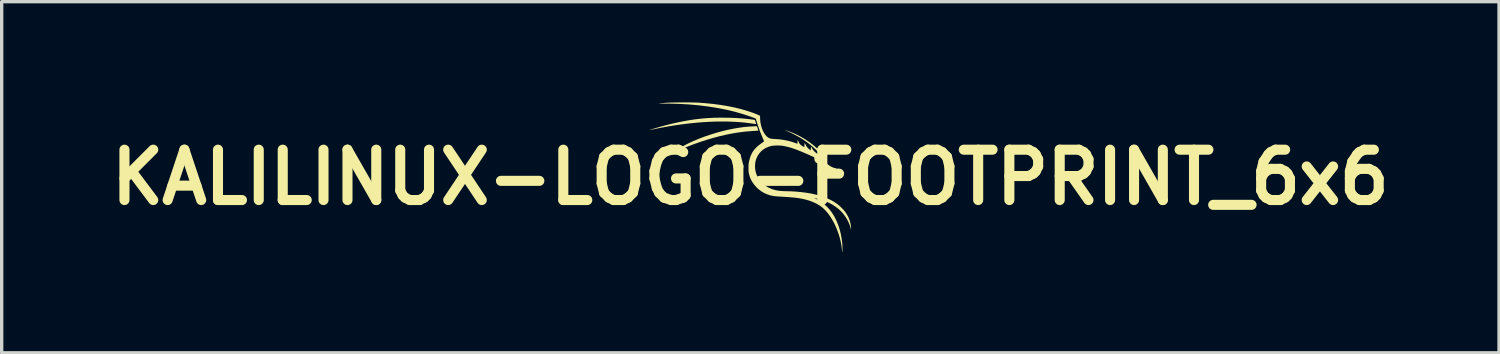
<source format=kicad_pcb>
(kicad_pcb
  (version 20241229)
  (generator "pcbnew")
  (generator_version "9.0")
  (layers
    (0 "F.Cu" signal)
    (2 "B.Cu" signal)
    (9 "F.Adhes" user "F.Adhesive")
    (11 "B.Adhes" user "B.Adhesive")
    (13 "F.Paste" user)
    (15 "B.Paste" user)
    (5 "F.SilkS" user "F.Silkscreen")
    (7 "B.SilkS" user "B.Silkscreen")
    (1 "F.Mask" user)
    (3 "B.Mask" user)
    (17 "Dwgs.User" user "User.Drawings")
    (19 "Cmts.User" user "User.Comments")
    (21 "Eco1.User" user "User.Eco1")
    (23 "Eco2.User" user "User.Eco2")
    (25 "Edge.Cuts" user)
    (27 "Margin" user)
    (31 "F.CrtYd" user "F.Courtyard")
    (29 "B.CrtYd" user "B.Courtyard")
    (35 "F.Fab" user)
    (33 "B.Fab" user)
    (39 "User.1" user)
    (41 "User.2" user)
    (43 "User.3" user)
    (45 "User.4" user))
  (footprint "KALILINUX-LOGO-FOOTPRINT_6x6"
    (layer "F.Cu")
    (at 19.3 2.23)
    (property "Reference" "KALILINUX-LOGO-FOOTPRINT_6x6" (at 0 0 0) (layer "F.SilkS") (effects (font (size 1.5 1.5) (thickness 0.3))))
    (attr board_only exclude_from_pos_files exclude_from_bom)
    (fp_poly (pts (xy 1.041 -1.404) (xy 1.06 -1.399) (xy 1.086 -1.39) (xy 1.117 -1.379) (xy 1.153 -1.366) (xy 1.19 -1.352) (xy 1.228 -1.337) (xy 1.264 -1.323) (xy 1.275 -1.318) (xy 1.39 -1.266) (xy 1.507 -1.205) (xy 1.623 -1.137) (xy 1.735 -1.063) (xy 1.84 -0.986) (xy 1.911 -0.928) (xy 1.94 -0.902) (xy 1.97 -0.875) (xy 1.999 -0.848) (xy 2.027 -0.821) (xy 2.052 -0.797) (xy 2.073 -0.776) (xy 2.088 -0.759) (xy 2.097 -0.749) (xy 2.098 -0.746) (xy 2.093 -0.741) (xy 2.076 -0.739) (xy 2.063 -0.738) (xy 2.029 -0.738) (xy 1.986 -0.786) (xy 1.937 -0.835) (xy 1.88 -0.888) (xy 1.816 -0.943) (xy 1.746 -0.999) (xy 1.672 -1.054) (xy 1.596 -1.106) (xy 1.52 -1.155) (xy 1.492 -1.173) (xy 1.442 -1.201) (xy 1.385 -1.233) (xy 1.324 -1.265) (xy 1.26 -1.298) (xy 1.199 -1.328) (xy 1.141 -1.355) (xy 1.102 -1.372) (xy 1.075 -1.384) (xy 1.053 -1.394) (xy 1.038 -1.402) (xy 1.031 -1.406) (xy 1.032 -1.406)) (stroke (width 0) (type solid)) (fill yes) (layer "F.SilkS"))
    (fp_poly (pts (xy 0.218 -1.455) (xy 0.239 -1.39) (xy 0.197 -1.387) (xy 0.179 -1.386) (xy 0.151 -1.384) (xy 0.117 -1.381) (xy 0.078 -1.379) (xy 0.036 -1.376) (xy 0.019 -1.374) (xy -0.163 -1.359) (xy -0.344 -1.336) (xy -0.526 -1.307) (xy -0.71 -1.271) (xy -0.9 -1.227) (xy -1.096 -1.175) (xy -1.098 -1.175) (xy -1.282 -1.121) (xy -1.466 -1.062) (xy -1.649 -0.998) (xy -1.829 -0.93) (xy -2.004 -0.858) (xy -2.172 -0.785) (xy -2.33 -0.709) (xy -2.337 -0.706) (xy -2.374 -0.688) (xy -2.408 -0.671) (xy -2.437 -0.657) (xy -2.459 -0.647) (xy -2.474 -0.64) (xy -2.479 -0.638) (xy -2.479 -0.638) (xy -2.474 -0.643) (xy -2.461 -0.654) (xy -2.439 -0.669) (xy -2.412 -0.688) (xy -2.38 -0.71) (xy -2.343 -0.733) (xy -2.305 -0.758) (xy -2.265 -0.783) (xy -2.225 -0.807) (xy -2.186 -0.83) (xy -2.163 -0.844) (xy -2.121 -0.867) (xy -2.072 -0.893) (xy -2.017 -0.922) (xy -1.959 -0.952) (xy -1.901 -0.982) (xy -1.843 -1.01) (xy -1.789 -1.037) (xy -1.741 -1.059) (xy -1.705 -1.075) (xy -1.539 -1.145) (xy -1.368 -1.21) (xy -1.195 -1.269) (xy -1.02 -1.323) (xy -0.845 -1.371) (xy -0.671 -1.413) (xy -0.499 -1.448) (xy -0.332 -1.476) (xy -0.169 -1.498) (xy -0.013 -1.511) (xy 0.085 -1.516) (xy 0.196 -1.52)) (stroke (width 0) (type solid)) (fill yes) (layer "F.SilkS"))
    (fp_poly (pts (xy -0.749 -1.774) (xy -0.721 -1.774) (xy -0.607 -1.772) (xy -0.503 -1.769) (xy -0.405 -1.764) (xy -0.311 -1.758) (xy -0.218 -1.75) (xy -0.123 -1.741) (xy -0.025 -1.73) (xy 0.034 -1.722) (xy 0.134 -1.709) (xy 0.154 -1.647) (xy 0.162 -1.622) (xy 0.168 -1.602) (xy 0.172 -1.589) (xy 0.173 -1.584) (xy 0.168 -1.585) (xy 0.152 -1.587) (xy 0.128 -1.59) (xy 0.098 -1.594) (xy 0.064 -1.599) (xy 0.056 -1.6) (xy -0.027 -1.611) (xy -0.105 -1.621) (xy -0.18 -1.63) (xy -0.254 -1.637) (xy -0.33 -1.643) (xy -0.409 -1.648) (xy -0.494 -1.652) (xy -0.587 -1.656) (xy -0.667 -1.659) (xy -0.843 -1.661) (xy -1.029 -1.659) (xy -1.222 -1.652) (xy -1.422 -1.64) (xy -1.625 -1.623) (xy -1.832 -1.602) (xy -2.04 -1.576) (xy -2.249 -1.547) (xy -2.455 -1.513) (xy -2.659 -1.476) (xy -2.828 -1.441) (xy -2.867 -1.433) (xy -2.904 -1.425) (xy -2.936 -1.418) (xy -2.961 -1.412) (xy -2.978 -1.408) (xy -2.983 -1.407) (xy -2.994 -1.404) (xy -2.998 -1.405) (xy -2.997 -1.406) (xy -2.988 -1.411) (xy -2.969 -1.419) (xy -2.94 -1.428) (xy -2.904 -1.44) (xy -2.86 -1.453) (xy -2.812 -1.468) (xy -2.758 -1.483) (xy -2.702 -1.499) (xy -2.643 -1.516) (xy -2.584 -1.532) (xy -2.524 -1.548) (xy -2.466 -1.563) (xy -2.41 -1.577) (xy -2.358 -1.59) (xy -2.32 -1.599) (xy -2.149 -1.637) (xy -1.986 -1.67) (xy -1.83 -1.698) (xy -1.678 -1.721) (xy -1.529 -1.74) (xy -1.38 -1.754) (xy -1.23 -1.765) (xy -1.076 -1.772) (xy -0.916 -1.775)) (stroke (width 0) (type solid)) (fill yes) (layer "F.SilkS"))
    (fp_poly (pts (xy -1.922 -2.23) (xy -1.848 -2.229) (xy -1.777 -2.229) (xy -1.711 -2.228) (xy -1.652 -2.226) (xy -1.601 -2.225) (xy -1.559 -2.223) (xy -1.553 -2.223) (xy -1.322 -2.205) (xy -1.1 -2.183) (xy -0.889 -2.155) (xy -0.687 -2.122) (xy -0.494 -2.083) (xy -0.309 -2.039) (xy -0.132 -1.989) (xy -0.048 -1.962) (xy 0.014 -1.941) (xy 0.075 -1.92) (xy 0.131 -1.899) (xy 0.182 -1.879) (xy 0.225 -1.861) (xy 0.26 -1.845) (xy 0.266 -1.842) (xy 0.289 -1.83) (xy 0.29 -1.755) (xy 0.295 -1.676) (xy 0.307 -1.598) (xy 0.324 -1.523) (xy 0.347 -1.45) (xy 0.374 -1.383) (xy 0.406 -1.322) (xy 0.441 -1.269) (xy 0.479 -1.224) (xy 0.513 -1.196) (xy 0.534 -1.181) (xy 0.554 -1.17) (xy 0.574 -1.161) (xy 0.596 -1.154) (xy 0.623 -1.149) (xy 0.656 -1.145) (xy 0.698 -1.141) (xy 0.73 -1.139) (xy 0.776 -1.136) (xy 0.812 -1.134) (xy 0.843 -1.132) (xy 0.87 -1.129) (xy 0.895 -1.126) (xy 0.923 -1.122) (xy 0.954 -1.118) (xy 0.993 -1.112) (xy 1.004 -1.11) (xy 1.116 -1.088) (xy 1.229 -1.058) (xy 1.339 -1.021) (xy 1.399 -0.998) (xy 1.403 -1) (xy 1.404 -1.011) (xy 1.403 -1.027) (xy 1.403 -1.054) (xy 1.407 -1.081) (xy 1.408 -1.084) (xy 1.416 -1.111) (xy 1.426 -1.078) (xy 1.447 -1.03) (xy 1.474 -0.99) (xy 1.484 -0.979) (xy 1.505 -0.961) (xy 1.531 -0.942) (xy 1.558 -0.924) (xy 1.582 -0.91) (xy 1.589 -0.907) (xy 1.609 -0.898) (xy 1.61 -0.946) (xy 1.61 -0.97) (xy 1.612 -0.991) (xy 1.615 -1.006) (xy 1.616 -1.007) (xy 1.618 -1.013) (xy 1.622 -1.013) (xy 1.627 -1.007) (xy 1.634 -0.994) (xy 1.645 -0.972) (xy 1.65 -0.964) (xy 1.667 -0.93) (xy 1.684 -0.904) (xy 1.703 -0.881) (xy 1.717 -0.867) (xy 1.737 -0.848) (xy 1.757 -0.831) (xy 1.774 -0.819) (xy 1.779 -0.816) (xy 1.802 -0.804) (xy 1.802 -0.849) (xy 1.803 -0.872) (xy 1.805 -0.892) (xy 1.809 -0.904) (xy 1.809 -0.905) (xy 1.813 -0.911) (xy 1.817 -0.909) (xy 1.822 -0.897) (xy 1.822 -0.895) (xy 1.832 -0.873) (xy 1.848 -0.845) (xy 1.868 -0.816) (xy 1.889 -0.789) (xy 1.91 -0.766) (xy 1.914 -0.761) (xy 1.936 -0.743) (xy 1.96 -0.724) (xy 1.975 -0.714) (xy 2.007 -0.693) (xy 2.054 -0.699) (xy 2.079 -0.701) (xy 2.1 -0.702) (xy 2.114 -0.702) (xy 2.116 -0.701) (xy 2.124 -0.697) (xy 2.134 -0.686) (xy 2.147 -0.667) (xy 2.164 -0.64) (xy 2.176 -0.62) (xy 2.194 -0.589) (xy 2.213 -0.559) (xy 2.231 -0.532) (xy 2.245 -0.511) (xy 2.248 -0.507) (xy 2.267 -0.482) (xy 2.278 -0.463) (xy 2.282 -0.45) (xy 2.281 -0.441) (xy 2.274 -0.433) (xy 2.274 -0.433) (xy 2.267 -0.428) (xy 2.266 -0.423) (xy 2.271 -0.416) (xy 2.283 -0.405) (xy 2.289 -0.399) (xy 2.35 -0.351) (xy 2.41 -0.314) (xy 2.467 -0.289) (xy 2.492 -0.281) (xy 2.515 -0.274) (xy 2.533 -0.27) (xy 2.539 -0.27) (xy 2.553 -0.268) (xy 2.556 -0.263) (xy 2.55 -0.254) (xy 2.532 -0.241) (xy 2.527 -0.237) (xy 2.502 -0.22) (xy 2.475 -0.201) (xy 2.45 -0.181) (xy 2.428 -0.163) (xy 2.412 -0.149) (xy 2.407 -0.144) (xy 2.396 -0.132) (xy 2.366 -0.166) (xy 2.318 -0.214) (xy 2.26 -0.263) (xy 2.194 -0.309) (xy 2.121 -0.353) (xy 2.06 -0.384) (xy 2.029 -0.399) (xy 2 -0.414) (xy 1.976 -0.427) (xy 1.959 -0.438) (xy 1.953 -0.442) (xy 1.93 -0.468) (xy 1.915 -0.499) (xy 1.907 -0.538) (xy 2.139 -0.538) (xy 2.141 -0.526) (xy 2.148 -0.514) (xy 2.161 -0.499) (xy 2.17 -0.491) (xy 2.188 -0.475) (xy 2.199 -0.466) (xy 2.203 -0.464) (xy 2.201 -0.468) (xy 2.2 -0.47) (xy 2.188 -0.49) (xy 2.174 -0.511) (xy 2.162 -0.53) (xy 2.151 -0.546) (xy 2.144 -0.555) (xy 2.142 -0.557) (xy 2.14 -0.552) (xy 2.139 -0.539) (xy 2.139 -0.538) (xy 1.907 -0.538) (xy 1.907 -0.539) (xy 1.906 -0.551) (xy 1.903 -0.595) (xy 1.853 -0.618) (xy 1.738 -0.67) (xy 1.634 -0.716) (xy 1.537 -0.757) (xy 1.448 -0.793) (xy 1.365 -0.825) (xy 1.289 -0.852) (xy 1.217 -0.876) (xy 1.149 -0.896) (xy 1.084 -0.912) (xy 1.021 -0.926) (xy 0.967 -0.936) (xy 0.921 -0.941) (xy 0.869 -0.945) (xy 0.813 -0.947) (xy 0.758 -0.946) (xy 0.705 -0.943) (xy 0.659 -0.938) (xy 0.629 -0.933) (xy 0.544 -0.909) (xy 0.466 -0.876) (xy 0.395 -0.834) (xy 0.332 -0.784) (xy 0.276 -0.725) (xy 0.229 -0.658) (xy 0.206 -0.617) (xy 0.172 -0.538) (xy 0.15 -0.456) (xy 0.139 -0.371) (xy 0.14 -0.284) (xy 0.151 -0.196) (xy 0.164 -0.141) (xy 0.189 -0.068) (xy 0.224 0.005) (xy 0.266 0.073) (xy 0.315 0.136) (xy 0.368 0.191) (xy 0.379 0.2) (xy 0.452 0.256) (xy 0.53 0.302) (xy 0.615 0.341) (xy 0.671 0.361) (xy 0.73 0.378) (xy 0.792 0.392) (xy 0.857 0.402) (xy 0.928 0.41) (xy 1.007 0.414) (xy 1.095 0.416) (xy 1.111 0.416) (xy 1.184 0.418) (xy 1.267 0.421) (xy 1.355 0.427) (xy 1.446 0.435) (xy 1.537 0.445) (xy 1.627 0.456) (xy 1.71 0.468) (xy 1.786 0.481) (xy 1.789 0.481) (xy 1.937 0.513) (xy 2.077 0.551) (xy 2.207 0.595) (xy 2.328 0.645) (xy 2.44 0.701) (xy 2.541 0.763) (xy 2.632 0.83) (xy 2.658 0.852) (xy 2.688 0.881) (xy 2.721 0.914) (xy 2.753 0.947) (xy 2.783 0.98) (xy 2.808 1.01) (xy 2.821 1.026) (xy 2.874 1.104) (xy 2.918 1.186) (xy 2.953 1.271) (xy 2.978 1.357) (xy 2.994 1.442) (xy 2.998 1.497) (xy 3 1.568) (xy 2.991 1.53) (xy 2.964 1.438) (xy 2.927 1.345) (xy 2.88 1.253) (xy 2.823 1.163) (xy 2.759 1.078) (xy 2.75 1.067) (xy 2.687 1) (xy 2.615 0.935) (xy 2.534 0.874) (xy 2.446 0.817) (xy 2.352 0.766) (xy 2.255 0.722) (xy 2.17 0.689) (xy 2.141 0.68) (xy 2.108 0.67) (xy 2.072 0.659) (xy 2.035 0.649) (xy 1.999 0.64) (xy 1.966 0.631) (xy 1.937 0.624) (xy 1.914 0.62) (xy 1.899 0.617) (xy 1.895 0.618) (xy 1.896 0.621) (xy 1.898 0.621) (xy 1.913 0.624) (xy 1.935 0.633) (xy 1.964 0.647) (xy 1.997 0.664) (xy 2.033 0.684) (xy 2.069 0.706) (xy 2.104 0.728) (xy 2.137 0.751) (xy 2.151 0.761) (xy 2.176 0.781) (xy 2.207 0.808) (xy 2.241 0.839) (xy 2.276 0.873) (xy 2.309 0.906) (xy 2.338 0.937) (xy 2.362 0.964) (xy 2.365 0.967) (xy 2.437 1.064) (xy 2.502 1.17) (xy 2.56 1.284) (xy 2.611 1.405) (xy 2.654 1.533) (xy 2.689 1.667) (xy 2.716 1.806) (xy 2.735 1.948) (xy 2.737 1.969) (xy 2.739 1.998) (xy 2.74 2.032) (xy 2.742 2.068) (xy 2.742 2.105) (xy 2.743 2.14) (xy 2.742 2.172) (xy 2.742 2.199) (xy 2.74 2.218) (xy 2.738 2.228) (xy 2.738 2.229) (xy 2.735 2.225) (xy 2.733 2.212) (xy 2.73 2.191) (xy 2.729 2.176) (xy 2.717 2.058) (xy 2.695 1.935) (xy 2.665 1.81) (xy 2.627 1.683) (xy 2.581 1.559) (xy 2.529 1.437) (xy 2.505 1.386) (xy 2.442 1.27) (xy 2.377 1.165) (xy 2.308 1.071) (xy 2.236 0.988) (xy 2.161 0.915) (xy 2.082 0.853) (xy 1.999 0.802) (xy 1.946 0.775) (xy 1.881 0.746) (xy 1.818 0.72) (xy 1.756 0.697) (xy 1.692 0.677) (xy 1.627 0.66) (xy 1.559 0.644) (xy 1.487 0.63) (xy 1.409 0.619) (xy 1.352 0.611) (xy 1.877 0.611) (xy 1.878 0.615) (xy 1.881 0.615) (xy 1.886 0.613) (xy 1.885 0.611) (xy 1.878 0.611) (xy 1.877 0.611) (xy 1.352 0.611) (xy 1.325 0.608) (xy 1.234 0.599) (xy 1.133 0.591) (xy 1.023 0.584) (xy 0.961 0.58) (xy 0.909 0.577) (xy 0.858 0.574) (xy 0.811 0.571) (xy 0.768 0.567) (xy 0.733 0.564) (xy 0.705 0.562) (xy 0.689 0.559) (xy 0.586 0.537) (xy 0.491 0.505) (xy 0.401 0.464) (xy 0.317 0.412) (xy 0.238 0.351) (xy 0.187 0.304) (xy 0.12 0.229) (xy 0.063 0.15) (xy 0.016 0.066) (xy -0.02 -0.023) (xy -0.045 -0.117) (xy -0.049 -0.14) (xy -0.052 -0.164) (xy -0.054 -0.193) (xy -0.055 -0.228) (xy -0.055 -0.273) (xy -0.055 -0.281) (xy -0.055 -0.324) (xy -0.054 -0.357) (xy -0.053 -0.385) (xy -0.05 -0.409) (xy -0.046 -0.433) (xy -0.041 -0.46) (xy -0.039 -0.469) (xy -0.018 -0.557) (xy 0.008 -0.635) (xy 0.04 -0.705) (xy 0.077 -0.769) (xy 0.122 -0.829) (xy 0.175 -0.886) (xy 0.184 -0.895) (xy 0.205 -0.914) (xy 0.226 -0.933) (xy 0.25 -0.953) (xy 0.278 -0.974) (xy 0.31 -0.999) (xy 0.35 -1.027) (xy 0.397 -1.06) (xy 0.402 -1.064) (xy 0.404 -1.067) (xy 0.404 -1.075) (xy 0.401 -1.087) (xy 0.394 -1.105) (xy 0.384 -1.131) (xy 0.369 -1.166) (xy 0.364 -1.178) (xy 0.324 -1.274) (xy 0.288 -1.364) (xy 0.256 -1.451) (xy 0.226 -1.538) (xy 0.197 -1.628) (xy 0.169 -1.723) (xy 0.161 -1.749) (xy 0.103 -1.771) (xy -0.027 -1.818) (xy -0.164 -1.864) (xy -0.306 -1.907) (xy -0.449 -1.948) (xy -0.59 -1.983) (xy -0.692 -2.007) (xy -0.968 -2.062) (xy -1.249 -2.107) (xy -1.534 -2.143) (xy -1.824 -2.169) (xy -2.12 -2.186) (xy -2.422 -2.194) (xy -2.483 -2.194) (xy -2.536 -2.194) (xy -2.585 -2.194) (xy -2.63 -2.195) (xy -2.667 -2.195) (xy -2.698 -2.195) (xy -2.72 -2.196) (xy -2.732 -2.196) (xy -2.734 -2.196) (xy -2.728 -2.198) (xy -2.711 -2.2) (xy -2.686 -2.203) (xy -2.654 -2.206) (xy -2.617 -2.209) (xy -2.576 -2.212) (xy -2.534 -2.216) (xy -2.492 -2.219) (xy -2.451 -2.221) (xy -2.435 -2.222) (xy -2.394 -2.224) (xy -2.343 -2.226) (xy -2.284 -2.227) (xy -2.218 -2.228) (xy -2.147 -2.229) (xy -2.073 -2.23) (xy -1.997 -2.23)) (stroke (width 0) (type solid)) (fill yes) (layer "F.SilkS")))
  (gr_rect
    (start -3 -3)
    (end 41.6 7.459)
    (stroke (width 0.1) (type default))
    (fill no)
    (layer "Edge.Cuts")))
</source>
